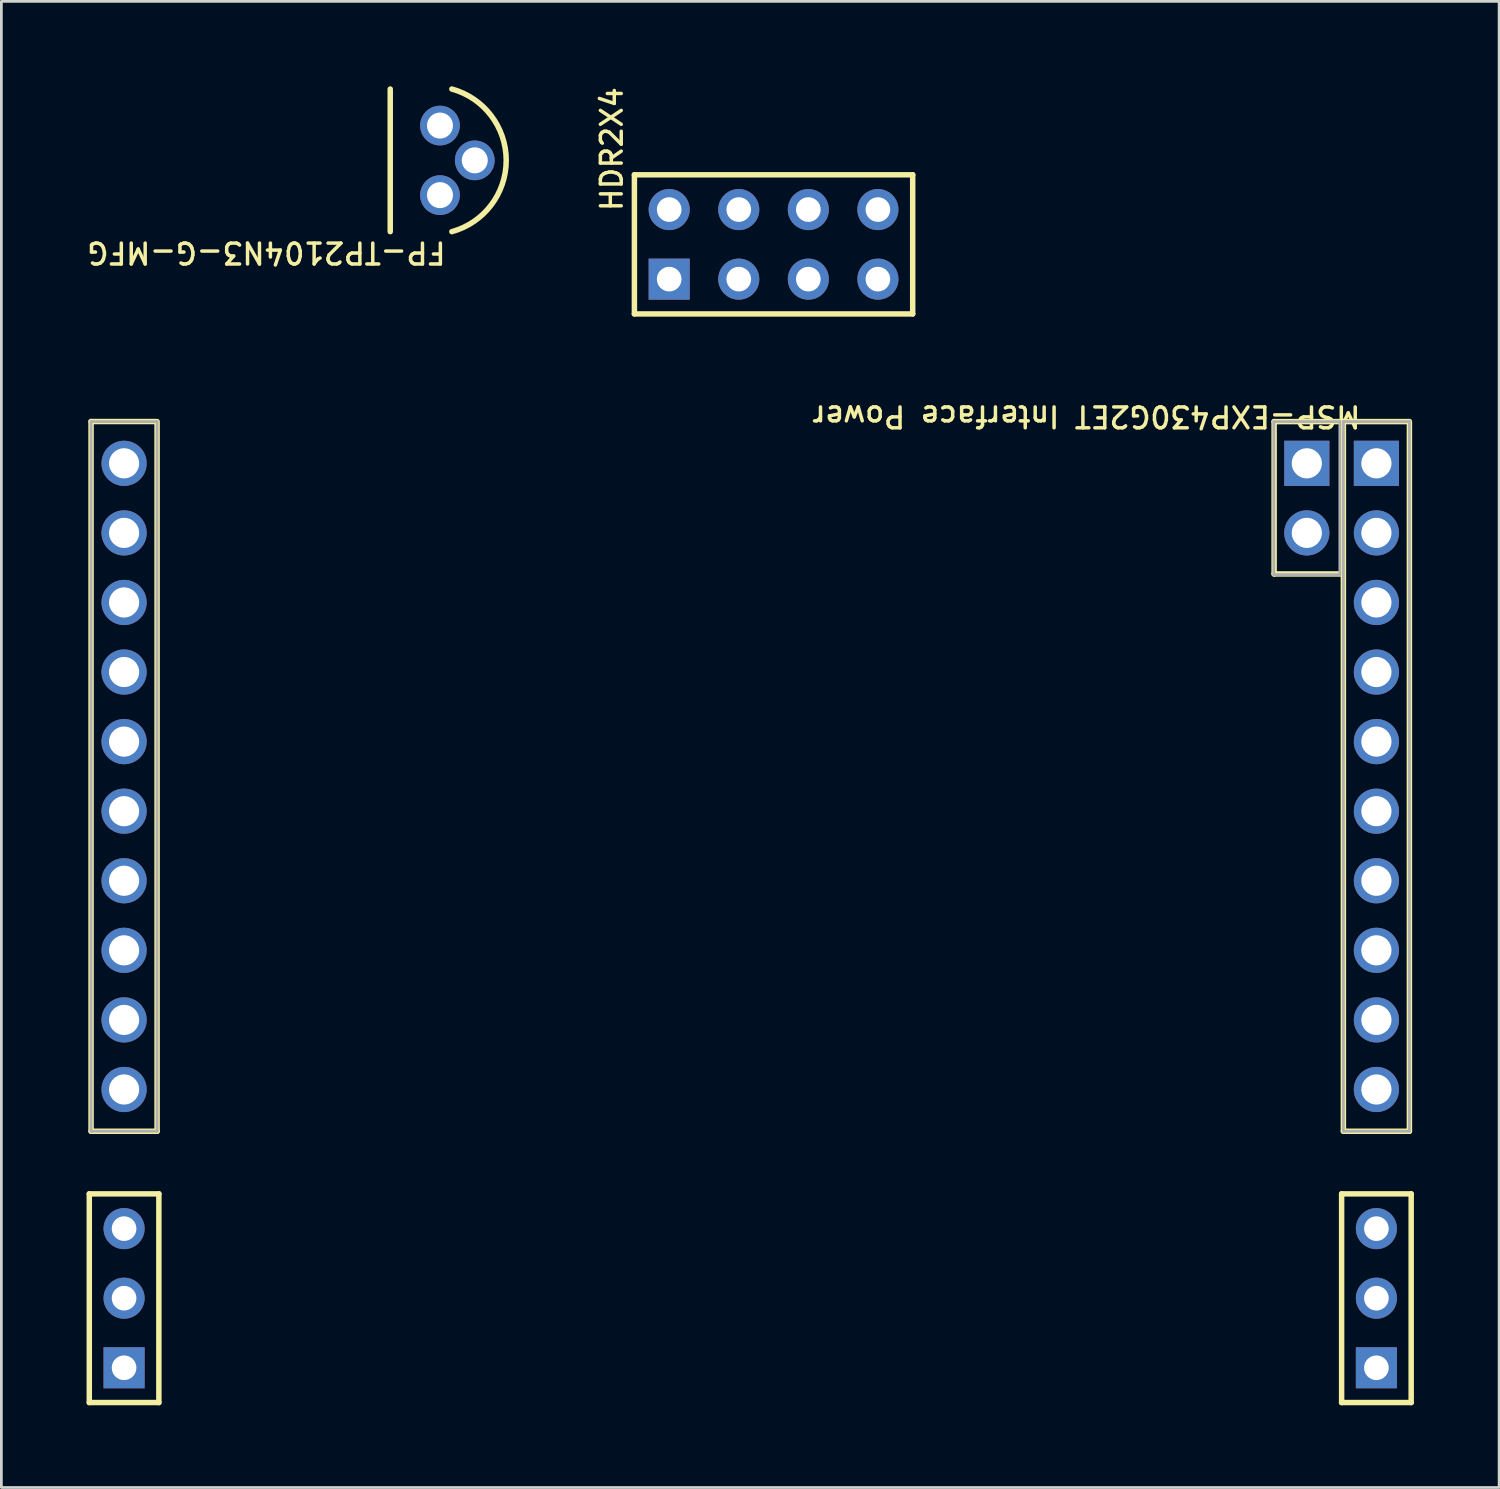
<source format=kicad_pcb>
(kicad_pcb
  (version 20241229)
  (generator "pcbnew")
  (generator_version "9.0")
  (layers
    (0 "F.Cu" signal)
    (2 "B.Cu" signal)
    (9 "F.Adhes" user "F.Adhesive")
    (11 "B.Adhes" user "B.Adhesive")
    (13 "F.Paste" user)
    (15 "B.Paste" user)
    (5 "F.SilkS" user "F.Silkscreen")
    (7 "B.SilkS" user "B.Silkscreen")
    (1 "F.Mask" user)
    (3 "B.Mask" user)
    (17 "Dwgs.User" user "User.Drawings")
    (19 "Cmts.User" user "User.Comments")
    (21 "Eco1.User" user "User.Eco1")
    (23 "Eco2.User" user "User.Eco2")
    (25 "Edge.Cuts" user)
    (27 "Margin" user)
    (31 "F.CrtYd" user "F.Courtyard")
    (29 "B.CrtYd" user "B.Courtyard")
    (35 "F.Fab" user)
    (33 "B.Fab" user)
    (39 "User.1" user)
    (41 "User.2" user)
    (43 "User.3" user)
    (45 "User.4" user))
  (footprint "HDR2X4"
    (layer "F.Cu")
    (at 21.381 7.141)
    (property "Reference" "HDR2X4" (at -1.651 -2.413 90) (unlocked yes) (layer "F.SilkS") (effects (font (size 0.762 0.762) (thickness 0.127)) (justify left bottom)))
    (fp_line (start -1.27 1.27) (end -1.27 -3.81) (stroke (width 0.2) (type solid)) (layer "F.SilkS"))
    (fp_line (start 8.89 -3.81) (end -1.27 -3.81) (stroke (width 0.2) (type solid)) (layer "F.SilkS"))
    (fp_line (start 8.89 1.27) (end -1.27 1.27) (stroke (width 0.2) (type solid)) (layer "F.SilkS"))
    (fp_line (start 8.89 1.27) (end 8.89 -3.81) (stroke (width 0.2) (type solid)) (layer "F.SilkS"))
    (pad "1" thru_hole rect (at 0 0) (size 1.5 1.5) (drill 0.9) (layers "*.Cu" "*.Mask"))
    (pad "2" thru_hole circle (at 0 -2.54) (size 1.5 1.5) (drill 0.9) (layers "*.Cu" "*.Mask"))
    (pad "3" thru_hole circle (at 2.54 0) (size 1.5 1.5) (drill 0.9) (layers "*.Cu" "*.Mask"))
    (pad "4" thru_hole circle (at 2.54 -2.54) (size 1.5 1.5) (drill 0.9) (layers "*.Cu" "*.Mask"))
    (pad "5" thru_hole circle (at 5.08 0) (size 1.5 1.5) (drill 0.9) (layers "*.Cu" "*.Mask"))
    (pad "6" thru_hole circle (at 5.08 -2.54) (size 1.5 1.5) (drill 0.9) (layers "*.Cu" "*.Mask"))
    (pad "7" thru_hole circle (at 7.62 0) (size 1.5 1.5) (drill 0.9) (layers "*.Cu" "*.Mask"))
    (pad "8" thru_hole circle (at 7.62 -2.54) (size 1.5 1.5) (drill 0.9) (layers "*.Cu" "*.Mask")))
  (footprint "FP-TP2104N3-G-MFG"
    (layer "F.Cu")
    (at 13.292 2.804)
    (property "Reference" "FP-TP2104N3-G-MFG" (at -0.00021 2.921 180) (unlocked yes) (layer "F.SilkS") (effects (font (size 0.762 0.762) (thickness 0.127)) (justify left bottom)))
    (fp_line (start -2.095 -2.603) (end -2.095 2.603) (stroke (width 0.2) (type solid)) (layer "F.SilkS"))
    (fp_arc (start 0.154503 -2.6035) (mid 2.13911 0) (end 0.154504 2.6035) (stroke (width 0.2) (type solid)) (layer "F.SilkS"))
    (fp_line (start 0 -0.5) (end 0 0.5) (stroke (width 0.1) (type solid)) (layer "Eco1.User"))
    (fp_line (start 0.5 0) (end -0.5 0) (stroke (width 0.1) (type solid)) (layer "Eco1.User"))
    (fp_line (start -2.095 -2.603) (end -2.095 2.603) (stroke (width 0.2) (type solid)) (layer "User.2"))
    (fp_line (start 2.095 -2.603) (end -2.095 -2.603) (stroke (width 0.2) (type solid)) (layer "User.2"))
    (fp_line (start 2.095 -2.603) (end 2.095 2.603) (stroke (width 0.2) (type solid)) (layer "User.2"))
    (fp_line (start 2.095 2.603) (end -2.095 2.603) (stroke (width 0.2) (type solid)) (layer "User.2"))
    (fp_line (start -2.195 -2.704) (end -2.195 2.703) (stroke (width 0.2) (type solid)) (layer "User.3"))
    (fp_line (start 2.196 -2.704) (end -2.195 -2.704) (stroke (width 0.2) (type solid)) (layer "User.3"))
    (fp_line (start 2.196 -2.704) (end 2.196 2.703) (stroke (width 0.2) (type solid)) (layer "User.3"))
    (fp_line (start 2.196 2.703) (end -2.195 2.703) (stroke (width 0.2) (type solid)) (layer "User.3"))
    (fp_line (start -2.195 -2.704) (end -2.195 2.703) (stroke (width 0.2) (type solid)) (layer "User.5"))
    (fp_line (start 2.196 -2.704) (end -2.195 -2.704) (stroke (width 0.2) (type solid)) (layer "User.5"))
    (fp_line (start 2.196 -2.704) (end 2.196 2.703) (stroke (width 0.2) (type solid)) (layer "User.5"))
    (fp_line (start 2.196 2.703) (end -2.195 2.703) (stroke (width 0.2) (type solid)) (layer "User.5"))
    (pad "1" thru_hole circle (at -0.279 -1.27) (size 1.45 1.45) (drill 0.95) (layers "*.Cu" "*.Mask"))
    (pad "2" thru_hole circle (at 0.991 0) (size 1.45 1.45) (drill 0.95) (layers "*.Cu" "*.Mask"))
    (pad "3" thru_hole circle (at -0.279 1.27) (size 1.45 1.45) (drill 0.95) (layers "*.Cu" "*.Mask")))
  (footprint "MSP-EXP430G2ET Interface Power"
    (layer "F.Cu")
    (at 47.2 13.865)
    (property "Reference" "MSP-EXP430G2ET Interface Power" (at -0.508 -2.159 180) (unlocked yes) (layer "F.SilkS") (effects (font (size 0.762 0.762) (thickness 0.127)) (justify left bottom)))
    (fp_line (start -46.99 34.29) (end -46.99 26.67) (stroke (width 0.2) (type solid)) (layer "F.SilkS"))
    (fp_line (start -46.925 24.385) (end -46.925 -1.525) (stroke (width 0.2) (type solid)) (layer "F.SilkS"))
    (fp_line (start -44.577 -1.525) (end -46.925 -1.525) (stroke (width 0.2) (type solid)) (layer "F.SilkS"))
    (fp_line (start -44.515 24.385) (end -46.925 24.385) (stroke (width 0.2) (type solid)) (layer "F.SilkS"))
    (fp_line (start -44.515 24.385) (end -44.515 -1.524) (stroke (width 0.2) (type solid)) (layer "F.SilkS"))
    (fp_line (start -44.45 26.67) (end -46.99 26.67) (stroke (width 0.2) (type solid)) (layer "F.SilkS"))
    (fp_line (start -44.45 34.29) (end -46.99 34.29) (stroke (width 0.2) (type solid)) (layer "F.SilkS"))
    (fp_line (start -44.45 34.29) (end -44.45 26.67) (stroke (width 0.2) (type solid)) (layer "F.SilkS"))
    (fp_line (start -3.734 4.039) (end -3.734 -1.524) (stroke (width 0.2) (type solid)) (layer "F.SilkS"))
    (fp_line (start -1.27 34.29) (end -1.27 26.67) (stroke (width 0.2) (type solid)) (layer "F.SilkS"))
    (fp_line (start -1.219 -1.524) (end -3.734 -1.524) (stroke (width 0.2) (type solid)) (layer "F.SilkS"))
    (fp_line (start -1.219 4.039) (end -3.734 4.039) (stroke (width 0.2) (type solid)) (layer "F.SilkS"))
    (fp_line (start -1.205 24.385) (end -1.205 -1.525) (stroke (width 0.2) (type solid)) (layer "F.SilkS"))
    (fp_line (start 1.168 -1.524) (end -1.194 -1.524) (stroke (width 0.2) (type solid)) (layer "F.SilkS"))
    (fp_line (start 1.205 24.385) (end -1.205 24.385) (stroke (width 0.2) (type solid)) (layer "F.SilkS"))
    (fp_line (start 1.205 24.385) (end 1.205 -1.524) (stroke (width 0.2) (type solid)) (layer "F.SilkS"))
    (fp_line (start 1.27 26.67) (end -1.27 26.67) (stroke (width 0.2) (type solid)) (layer "F.SilkS"))
    (fp_line (start 1.27 34.29) (end -1.27 34.29) (stroke (width 0.2) (type solid)) (layer "F.SilkS"))
    (fp_line (start 1.27 34.29) (end 1.27 26.67) (stroke (width 0.2) (type solid)) (layer "F.SilkS"))
    (fp_line (start -47.175 24.635) (end -47.175 -1.775) (stroke (width 0.05) (type solid)) (layer "Eco1.User"))
    (fp_line (start -44.265 -1.775) (end -47.175 -1.775) (stroke (width 0.05) (type solid)) (layer "Eco1.User"))
    (fp_line (start -44.265 24.635) (end -47.175 24.635) (stroke (width 0.05) (type solid)) (layer "Eco1.User"))
    (fp_line (start -44.265 24.635) (end -44.265 -1.775) (stroke (width 0.05) (type solid)) (layer "Eco1.User"))
    (fp_line (start -3.995 4.315) (end -3.995 -1.775) (stroke (width 0.05) (type solid)) (layer "Eco1.User"))
    (fp_line (start -1.455 24.635) (end -1.455 -1.775) (stroke (width 0.05) (type solid)) (layer "Eco1.User"))
    (fp_line (start -1.085 -1.775) (end -3.995 -1.775) (stroke (width 0.05) (type solid)) (layer "Eco1.User"))
    (fp_line (start -1.085 4.315) (end -3.995 4.315) (stroke (width 0.05) (type solid)) (layer "Eco1.User"))
    (fp_line (start -1.085 4.315) (end -1.085 -1.775) (stroke (width 0.05) (type solid)) (layer "Eco1.User"))
    (fp_line (start 1.455 -1.775) (end -1.455 -1.775) (stroke (width 0.05) (type solid)) (layer "Eco1.User"))
    (fp_line (start 1.455 24.635) (end -1.455 24.635) (stroke (width 0.05) (type solid)) (layer "Eco1.User"))
    (fp_line (start 1.455 24.635) (end 1.455 -1.775) (stroke (width 0.05) (type solid)) (layer "Eco1.User"))
    (fp_line (start -46.925 24.385) (end -46.925 -1.525) (stroke (width 0.1) (type solid)) (layer "F.Fab"))
    (fp_line (start -44.515 -1.525) (end -46.925 -1.525) (stroke (width 0.1) (type solid)) (layer "F.Fab"))
    (fp_line (start -44.515 24.385) (end -46.925 24.385) (stroke (width 0.1) (type solid)) (layer "F.Fab"))
    (fp_line (start -44.515 24.385) (end -44.515 -1.525) (stroke (width 0.1) (type solid)) (layer "F.Fab"))
    (fp_line (start -3.745 4.065) (end -3.745 -1.525) (stroke (width 0.1) (type solid)) (layer "F.Fab"))
    (fp_line (start -1.335 -1.525) (end -3.745 -1.525) (stroke (width 0.1) (type solid)) (layer "F.Fab"))
    (fp_line (start -1.335 4.065) (end -3.745 4.065) (stroke (width 0.1) (type solid)) (layer "F.Fab"))
    (fp_line (start -1.335 4.065) (end -1.335 -1.525) (stroke (width 0.1) (type solid)) (layer "F.Fab"))
    (fp_line (start -1.205 24.385) (end -1.205 -1.525) (stroke (width 0.1) (type solid)) (layer "F.Fab"))
    (fp_line (start 1.205 -1.525) (end -1.205 -1.525) (stroke (width 0.1) (type solid)) (layer "F.Fab"))
    (fp_line (start 1.205 24.385) (end -1.205 24.385) (stroke (width 0.1) (type solid)) (layer "F.Fab"))
    (fp_line (start 1.205 24.385) (end 1.205 -1.525) (stroke (width 0.1) (type solid)) (layer "F.Fab"))
    (pad "1" thru_hole rect (at 0 0 270) (size 1.65 1.65) (drill 1.1) (layers "*.Cu" "*.Mask"))
    (pad "2" thru_hole circle (at 0 2.54 270) (size 1.65 1.65) (drill 1.1) (layers "*.Cu" "*.Mask"))
    (pad "3" thru_hole circle (at 0 5.08 270) (size 1.65 1.65) (drill 1.1) (layers "*.Cu" "*.Mask"))
    (pad "4" thru_hole circle (at 0 7.62 270) (size 1.65 1.65) (drill 1.1) (layers "*.Cu" "*.Mask"))
    (pad "5" thru_hole circle (at 0 10.16 270) (size 1.65 1.65) (drill 1.1) (layers "*.Cu" "*.Mask"))
    (pad "6" thru_hole circle (at 0 12.7 270) (size 1.65 1.65) (drill 1.1) (layers "*.Cu" "*.Mask"))
    (pad "7" thru_hole circle (at 0 15.24 270) (size 1.65 1.65) (drill 1.1) (layers "*.Cu" "*.Mask"))
    (pad "8" thru_hole circle (at 0 17.78 270) (size 1.65 1.65) (drill 1.1) (layers "*.Cu" "*.Mask"))
    (pad "9" thru_hole circle (at 0 20.32 270) (size 1.65 1.65) (drill 1.1) (layers "*.Cu" "*.Mask"))
    (pad "10" thru_hole circle (at 0 22.86 270) (size 1.65 1.65) (drill 1.1) (layers "*.Cu" "*.Mask"))
    (pad "11" thru_hole circle (at -45.72 22.86 270) (size 1.65 1.65) (drill 1.1) (layers "*.Cu" "*.Mask"))
    (pad "12" thru_hole circle (at -45.72 20.32 270) (size 1.65 1.65) (drill 1.1) (layers "*.Cu" "*.Mask"))
    (pad "13" thru_hole circle (at -45.72 17.78 270) (size 1.65 1.65) (drill 1.1) (layers "*.Cu" "*.Mask"))
    (pad "14" thru_hole circle (at -45.72 15.24 270) (size 1.65 1.65) (drill 1.1) (layers "*.Cu" "*.Mask"))
    (pad "15" thru_hole circle (at -45.72 12.7 270) (size 1.65 1.65) (drill 1.1) (layers "*.Cu" "*.Mask"))
    (pad "16" thru_hole circle (at -45.72 10.16 270) (size 1.65 1.65) (drill 1.1) (layers "*.Cu" "*.Mask"))
    (pad "17" thru_hole circle (at -45.72 7.62 270) (size 1.65 1.65) (drill 1.1) (layers "*.Cu" "*.Mask"))
    (pad "18" thru_hole circle (at -45.72 5.08 270) (size 1.65 1.65) (drill 1.1) (layers "*.Cu" "*.Mask"))
    (pad "19" thru_hole circle (at -45.72 2.54 270) (size 1.65 1.65) (drill 1.1) (layers "*.Cu" "*.Mask"))
    (pad "20" thru_hole circle (at -45.72 0 270) (size 1.65 1.65) (drill 1.1) (layers "*.Cu" "*.Mask"))
    (pad "21" thru_hole rect (at -2.54 0 270) (size 1.65 1.65) (drill 1.1) (layers "*.Cu" "*.Mask"))
    (pad "22" thru_hole circle (at -2.54 2.54 270) (size 1.65 1.65) (drill 1.1) (layers "*.Cu" "*.Mask"))
    (pad "23" thru_hole rect (at -45.72 33.02 270) (size 1.5 1.5) (drill 0.9) (layers "*.Cu" "*.Mask"))
    (pad "24" thru_hole circle (at -45.72 30.48 270) (size 1.5 1.5) (drill 0.9) (layers "*.Cu" "*.Mask"))
    (pad "25" thru_hole circle (at -45.72 27.94 270) (size 1.5 1.5) (drill 0.9) (layers "*.Cu" "*.Mask"))
    (pad "26" thru_hole circle (at 0 27.94 270) (size 1.5 1.5) (drill 0.9) (layers "*.Cu" "*.Mask"))
    (pad "27" thru_hole circle (at 0 30.48 270) (size 1.5 1.5) (drill 0.9) (layers "*.Cu" "*.Mask"))
    (pad "28" thru_hole rect (at 0 33.02 270) (size 1.5 1.5) (drill 0.9) (layers "*.Cu" "*.Mask")))
  (gr_rect
    (start -3 -3)
    (end 51.68 51.255)
    (stroke (width 0.1) (type default))
    (fill no)
    (layer "Edge.Cuts")))
</source>
